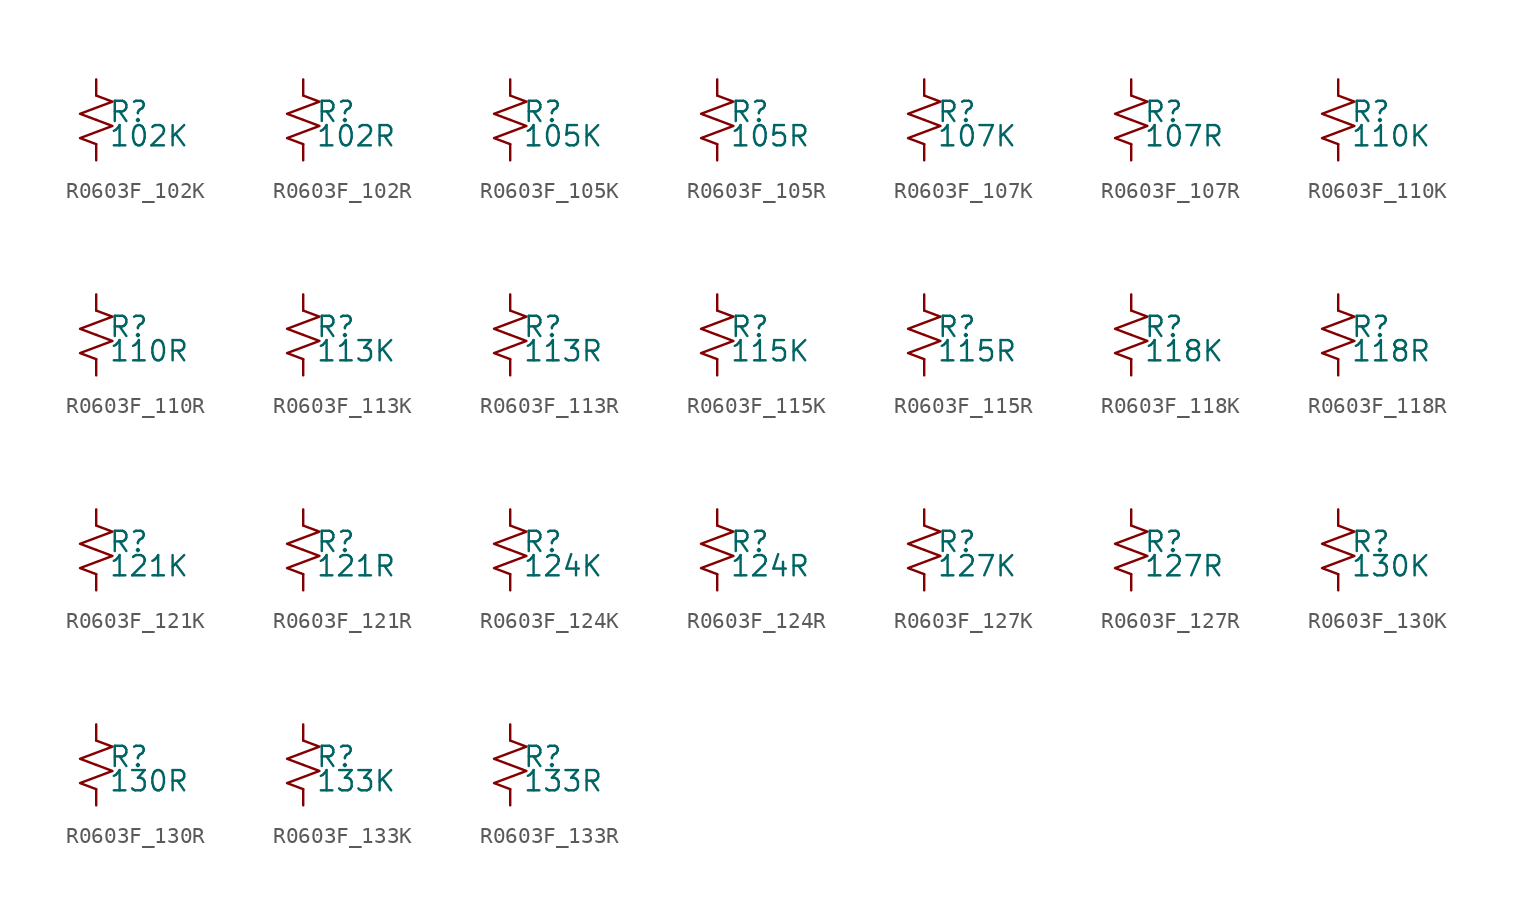
<source format=kicad_sym>
(kicad_symbol_lib
  (version 20220914)
  (generator kicad_symbol_editor)
  (symbol "R0603F_102K"
    (pin_numbers hide)
    (pin_names
      (offset 0.254) hide)
    (property "Reference" "R"
      (at 0.762 0.508 0)
      (effects (font (size 1.27 1.27)) (justify left)))
    (property "Value" "102K"
      (at 0.762 -1.016 0)
      (effects (font (size 1.27 1.27)) (justify left)))
    (symbol "R0603F_102K_1_1"
      (polyline (pts (xy 0 0) (xy 1.016 -0.381) (xy 0 -0.762) (xy -1.016 -1.143) (xy 0 -1.524)) (stroke (width 0) (type default)) (fill (type none)))
      (polyline (pts (xy 0 1.524) (xy 1.016 1.143) (xy 0 0.762) (xy -1.016 0.381) (xy 0 0)) (stroke (width 0) (type default)) (fill (type none)))
      (pin passive line (at 0 2.54 270) (length 1.016) (name "~" (effects (font (size 1.27 1.27)))) (number "1" (effects (font (size 1.27 1.27)))))
      (pin passive line (at 0 -2.54 90) (length 1.016) (name "~" (effects (font (size 1.27 1.27)))) (number "2" (effects (font (size 1.27 1.27)))))))
  (symbol "R0603F_102R"
    (pin_numbers hide)
    (pin_names
      (offset 0.254) hide)
    (property "Reference" "R"
      (at 0.762 0.508 0)
      (effects (font (size 1.27 1.27)) (justify left)))
    (property "Value" "102R"
      (at 0.762 -1.016 0)
      (effects (font (size 1.27 1.27)) (justify left)))
    (symbol "R0603F_102R_1_1"
      (polyline (pts (xy 0 0) (xy 1.016 -0.381) (xy 0 -0.762) (xy -1.016 -1.143) (xy 0 -1.524)) (stroke (width 0) (type default)) (fill (type none)))
      (polyline (pts (xy 0 1.524) (xy 1.016 1.143) (xy 0 0.762) (xy -1.016 0.381) (xy 0 0)) (stroke (width 0) (type default)) (fill (type none)))
      (pin passive line (at 0 2.54 270) (length 1.016) (name "~" (effects (font (size 1.27 1.27)))) (number "1" (effects (font (size 1.27 1.27)))))
      (pin passive line (at 0 -2.54 90) (length 1.016) (name "~" (effects (font (size 1.27 1.27)))) (number "2" (effects (font (size 1.27 1.27)))))))
  (symbol "R0603F_105K"
    (pin_numbers hide)
    (pin_names
      (offset 0.254) hide)
    (property "Reference" "R"
      (at 0.762 0.508 0)
      (effects (font (size 1.27 1.27)) (justify left)))
    (property "Value" "105K"
      (at 0.762 -1.016 0)
      (effects (font (size 1.27 1.27)) (justify left)))
    (symbol "R0603F_105K_1_1"
      (polyline (pts (xy 0 0) (xy 1.016 -0.381) (xy 0 -0.762) (xy -1.016 -1.143) (xy 0 -1.524)) (stroke (width 0) (type default)) (fill (type none)))
      (polyline (pts (xy 0 1.524) (xy 1.016 1.143) (xy 0 0.762) (xy -1.016 0.381) (xy 0 0)) (stroke (width 0) (type default)) (fill (type none)))
      (pin passive line (at 0 2.54 270) (length 1.016) (name "~" (effects (font (size 1.27 1.27)))) (number "1" (effects (font (size 1.27 1.27)))))
      (pin passive line (at 0 -2.54 90) (length 1.016) (name "~" (effects (font (size 1.27 1.27)))) (number "2" (effects (font (size 1.27 1.27)))))))
  (symbol "R0603F_105R"
    (pin_numbers hide)
    (pin_names
      (offset 0.254) hide)
    (property "Reference" "R"
      (at 0.762 0.508 0)
      (effects (font (size 1.27 1.27)) (justify left)))
    (property "Value" "105R"
      (at 0.762 -1.016 0)
      (effects (font (size 1.27 1.27)) (justify left)))
    (symbol "R0603F_105R_1_1"
      (polyline (pts (xy 0 0) (xy 1.016 -0.381) (xy 0 -0.762) (xy -1.016 -1.143) (xy 0 -1.524)) (stroke (width 0) (type default)) (fill (type none)))
      (polyline (pts (xy 0 1.524) (xy 1.016 1.143) (xy 0 0.762) (xy -1.016 0.381) (xy 0 0)) (stroke (width 0) (type default)) (fill (type none)))
      (pin passive line (at 0 2.54 270) (length 1.016) (name "~" (effects (font (size 1.27 1.27)))) (number "1" (effects (font (size 1.27 1.27)))))
      (pin passive line (at 0 -2.54 90) (length 1.016) (name "~" (effects (font (size 1.27 1.27)))) (number "2" (effects (font (size 1.27 1.27)))))))
  (symbol "R0603F_107K"
    (pin_numbers hide)
    (pin_names
      (offset 0.254) hide)
    (property "Reference" "R"
      (at 0.762 0.508 0)
      (effects (font (size 1.27 1.27)) (justify left)))
    (property "Value" "107K"
      (at 0.762 -1.016 0)
      (effects (font (size 1.27 1.27)) (justify left)))
    (symbol "R0603F_107K_1_1"
      (polyline (pts (xy 0 0) (xy 1.016 -0.381) (xy 0 -0.762) (xy -1.016 -1.143) (xy 0 -1.524)) (stroke (width 0) (type default)) (fill (type none)))
      (polyline (pts (xy 0 1.524) (xy 1.016 1.143) (xy 0 0.762) (xy -1.016 0.381) (xy 0 0)) (stroke (width 0) (type default)) (fill (type none)))
      (pin passive line (at 0 2.54 270) (length 1.016) (name "~" (effects (font (size 1.27 1.27)))) (number "1" (effects (font (size 1.27 1.27)))))
      (pin passive line (at 0 -2.54 90) (length 1.016) (name "~" (effects (font (size 1.27 1.27)))) (number "2" (effects (font (size 1.27 1.27)))))))
  (symbol "R0603F_107R"
    (pin_numbers hide)
    (pin_names
      (offset 0.254) hide)
    (property "Reference" "R"
      (at 0.762 0.508 0)
      (effects (font (size 1.27 1.27)) (justify left)))
    (property "Value" "107R"
      (at 0.762 -1.016 0)
      (effects (font (size 1.27 1.27)) (justify left)))
    (symbol "R0603F_107R_1_1"
      (polyline (pts (xy 0 0) (xy 1.016 -0.381) (xy 0 -0.762) (xy -1.016 -1.143) (xy 0 -1.524)) (stroke (width 0) (type default)) (fill (type none)))
      (polyline (pts (xy 0 1.524) (xy 1.016 1.143) (xy 0 0.762) (xy -1.016 0.381) (xy 0 0)) (stroke (width 0) (type default)) (fill (type none)))
      (pin passive line (at 0 2.54 270) (length 1.016) (name "~" (effects (font (size 1.27 1.27)))) (number "1" (effects (font (size 1.27 1.27)))))
      (pin passive line (at 0 -2.54 90) (length 1.016) (name "~" (effects (font (size 1.27 1.27)))) (number "2" (effects (font (size 1.27 1.27)))))))
  (symbol "R0603F_110K"
    (pin_numbers hide)
    (pin_names
      (offset 0.254) hide)
    (property "Reference" "R"
      (at 0.762 0.508 0)
      (effects (font (size 1.27 1.27)) (justify left)))
    (property "Value" "110K"
      (at 0.762 -1.016 0)
      (effects (font (size 1.27 1.27)) (justify left)))
    (symbol "R0603F_110K_1_1"
      (polyline (pts (xy 0 0) (xy 1.016 -0.381) (xy 0 -0.762) (xy -1.016 -1.143) (xy 0 -1.524)) (stroke (width 0) (type default)) (fill (type none)))
      (polyline (pts (xy 0 1.524) (xy 1.016 1.143) (xy 0 0.762) (xy -1.016 0.381) (xy 0 0)) (stroke (width 0) (type default)) (fill (type none)))
      (pin passive line (at 0 2.54 270) (length 1.016) (name "~" (effects (font (size 1.27 1.27)))) (number "1" (effects (font (size 1.27 1.27)))))
      (pin passive line (at 0 -2.54 90) (length 1.016) (name "~" (effects (font (size 1.27 1.27)))) (number "2" (effects (font (size 1.27 1.27)))))))
  (symbol "R0603F_110R"
    (pin_numbers hide)
    (pin_names
      (offset 0.254) hide)
    (property "Reference" "R"
      (at 0.762 0.508 0)
      (effects (font (size 1.27 1.27)) (justify left)))
    (property "Value" "110R"
      (at 0.762 -1.016 0)
      (effects (font (size 1.27 1.27)) (justify left)))
    (symbol "R0603F_110R_1_1"
      (polyline (pts (xy 0 0) (xy 1.016 -0.381) (xy 0 -0.762) (xy -1.016 -1.143) (xy 0 -1.524)) (stroke (width 0) (type default)) (fill (type none)))
      (polyline (pts (xy 0 1.524) (xy 1.016 1.143) (xy 0 0.762) (xy -1.016 0.381) (xy 0 0)) (stroke (width 0) (type default)) (fill (type none)))
      (pin passive line (at 0 2.54 270) (length 1.016) (name "~" (effects (font (size 1.27 1.27)))) (number "1" (effects (font (size 1.27 1.27)))))
      (pin passive line (at 0 -2.54 90) (length 1.016) (name "~" (effects (font (size 1.27 1.27)))) (number "2" (effects (font (size 1.27 1.27)))))))
  (symbol "R0603F_113K"
    (pin_numbers hide)
    (pin_names
      (offset 0.254) hide)
    (property "Reference" "R"
      (at 0.762 0.508 0)
      (effects (font (size 1.27 1.27)) (justify left)))
    (property "Value" "113K"
      (at 0.762 -1.016 0)
      (effects (font (size 1.27 1.27)) (justify left)))
    (symbol "R0603F_113K_1_1"
      (polyline (pts (xy 0 0) (xy 1.016 -0.381) (xy 0 -0.762) (xy -1.016 -1.143) (xy 0 -1.524)) (stroke (width 0) (type default)) (fill (type none)))
      (polyline (pts (xy 0 1.524) (xy 1.016 1.143) (xy 0 0.762) (xy -1.016 0.381) (xy 0 0)) (stroke (width 0) (type default)) (fill (type none)))
      (pin passive line (at 0 2.54 270) (length 1.016) (name "~" (effects (font (size 1.27 1.27)))) (number "1" (effects (font (size 1.27 1.27)))))
      (pin passive line (at 0 -2.54 90) (length 1.016) (name "~" (effects (font (size 1.27 1.27)))) (number "2" (effects (font (size 1.27 1.27)))))))
  (symbol "R0603F_113R"
    (pin_numbers hide)
    (pin_names
      (offset 0.254) hide)
    (property "Reference" "R"
      (at 0.762 0.508 0)
      (effects (font (size 1.27 1.27)) (justify left)))
    (property "Value" "113R"
      (at 0.762 -1.016 0)
      (effects (font (size 1.27 1.27)) (justify left)))
    (symbol "R0603F_113R_1_1"
      (polyline (pts (xy 0 0) (xy 1.016 -0.381) (xy 0 -0.762) (xy -1.016 -1.143) (xy 0 -1.524)) (stroke (width 0) (type default)) (fill (type none)))
      (polyline (pts (xy 0 1.524) (xy 1.016 1.143) (xy 0 0.762) (xy -1.016 0.381) (xy 0 0)) (stroke (width 0) (type default)) (fill (type none)))
      (pin passive line (at 0 2.54 270) (length 1.016) (name "~" (effects (font (size 1.27 1.27)))) (number "1" (effects (font (size 1.27 1.27)))))
      (pin passive line (at 0 -2.54 90) (length 1.016) (name "~" (effects (font (size 1.27 1.27)))) (number "2" (effects (font (size 1.27 1.27)))))))
  (symbol "R0603F_115K"
    (pin_numbers hide)
    (pin_names
      (offset 0.254) hide)
    (property "Reference" "R"
      (at 0.762 0.508 0)
      (effects (font (size 1.27 1.27)) (justify left)))
    (property "Value" "115K"
      (at 0.762 -1.016 0)
      (effects (font (size 1.27 1.27)) (justify left)))
    (symbol "R0603F_115K_1_1"
      (polyline (pts (xy 0 0) (xy 1.016 -0.381) (xy 0 -0.762) (xy -1.016 -1.143) (xy 0 -1.524)) (stroke (width 0) (type default)) (fill (type none)))
      (polyline (pts (xy 0 1.524) (xy 1.016 1.143) (xy 0 0.762) (xy -1.016 0.381) (xy 0 0)) (stroke (width 0) (type default)) (fill (type none)))
      (pin passive line (at 0 2.54 270) (length 1.016) (name "~" (effects (font (size 1.27 1.27)))) (number "1" (effects (font (size 1.27 1.27)))))
      (pin passive line (at 0 -2.54 90) (length 1.016) (name "~" (effects (font (size 1.27 1.27)))) (number "2" (effects (font (size 1.27 1.27)))))))
  (symbol "R0603F_115R"
    (pin_numbers hide)
    (pin_names
      (offset 0.254) hide)
    (property "Reference" "R"
      (at 0.762 0.508 0)
      (effects (font (size 1.27 1.27)) (justify left)))
    (property "Value" "115R"
      (at 0.762 -1.016 0)
      (effects (font (size 1.27 1.27)) (justify left)))
    (symbol "R0603F_115R_1_1"
      (polyline (pts (xy 0 0) (xy 1.016 -0.381) (xy 0 -0.762) (xy -1.016 -1.143) (xy 0 -1.524)) (stroke (width 0) (type default)) (fill (type none)))
      (polyline (pts (xy 0 1.524) (xy 1.016 1.143) (xy 0 0.762) (xy -1.016 0.381) (xy 0 0)) (stroke (width 0) (type default)) (fill (type none)))
      (pin passive line (at 0 2.54 270) (length 1.016) (name "~" (effects (font (size 1.27 1.27)))) (number "1" (effects (font (size 1.27 1.27)))))
      (pin passive line (at 0 -2.54 90) (length 1.016) (name "~" (effects (font (size 1.27 1.27)))) (number "2" (effects (font (size 1.27 1.27)))))))
  (symbol "R0603F_118K"
    (pin_numbers hide)
    (pin_names
      (offset 0.254) hide)
    (property "Reference" "R"
      (at 0.762 0.508 0)
      (effects (font (size 1.27 1.27)) (justify left)))
    (property "Value" "118K"
      (at 0.762 -1.016 0)
      (effects (font (size 1.27 1.27)) (justify left)))
    (symbol "R0603F_118K_1_1"
      (polyline (pts (xy 0 0) (xy 1.016 -0.381) (xy 0 -0.762) (xy -1.016 -1.143) (xy 0 -1.524)) (stroke (width 0) (type default)) (fill (type none)))
      (polyline (pts (xy 0 1.524) (xy 1.016 1.143) (xy 0 0.762) (xy -1.016 0.381) (xy 0 0)) (stroke (width 0) (type default)) (fill (type none)))
      (pin passive line (at 0 2.54 270) (length 1.016) (name "~" (effects (font (size 1.27 1.27)))) (number "1" (effects (font (size 1.27 1.27)))))
      (pin passive line (at 0 -2.54 90) (length 1.016) (name "~" (effects (font (size 1.27 1.27)))) (number "2" (effects (font (size 1.27 1.27)))))))
  (symbol "R0603F_118R"
    (pin_numbers hide)
    (pin_names
      (offset 0.254) hide)
    (property "Reference" "R"
      (at 0.762 0.508 0)
      (effects (font (size 1.27 1.27)) (justify left)))
    (property "Value" "118R"
      (at 0.762 -1.016 0)
      (effects (font (size 1.27 1.27)) (justify left)))
    (symbol "R0603F_118R_1_1"
      (polyline (pts (xy 0 0) (xy 1.016 -0.381) (xy 0 -0.762) (xy -1.016 -1.143) (xy 0 -1.524)) (stroke (width 0) (type default)) (fill (type none)))
      (polyline (pts (xy 0 1.524) (xy 1.016 1.143) (xy 0 0.762) (xy -1.016 0.381) (xy 0 0)) (stroke (width 0) (type default)) (fill (type none)))
      (pin passive line (at 0 2.54 270) (length 1.016) (name "~" (effects (font (size 1.27 1.27)))) (number "1" (effects (font (size 1.27 1.27)))))
      (pin passive line (at 0 -2.54 90) (length 1.016) (name "~" (effects (font (size 1.27 1.27)))) (number "2" (effects (font (size 1.27 1.27)))))))
  (symbol "R0603F_121K"
    (pin_numbers hide)
    (pin_names
      (offset 0.254) hide)
    (property "Reference" "R"
      (at 0.762 0.508 0)
      (effects (font (size 1.27 1.27)) (justify left)))
    (property "Value" "121K"
      (at 0.762 -1.016 0)
      (effects (font (size 1.27 1.27)) (justify left)))
    (symbol "R0603F_121K_1_1"
      (polyline (pts (xy 0 0) (xy 1.016 -0.381) (xy 0 -0.762) (xy -1.016 -1.143) (xy 0 -1.524)) (stroke (width 0) (type default)) (fill (type none)))
      (polyline (pts (xy 0 1.524) (xy 1.016 1.143) (xy 0 0.762) (xy -1.016 0.381) (xy 0 0)) (stroke (width 0) (type default)) (fill (type none)))
      (pin passive line (at 0 2.54 270) (length 1.016) (name "~" (effects (font (size 1.27 1.27)))) (number "1" (effects (font (size 1.27 1.27)))))
      (pin passive line (at 0 -2.54 90) (length 1.016) (name "~" (effects (font (size 1.27 1.27)))) (number "2" (effects (font (size 1.27 1.27)))))))
  (symbol "R0603F_121R"
    (pin_numbers hide)
    (pin_names
      (offset 0.254) hide)
    (property "Reference" "R"
      (at 0.762 0.508 0)
      (effects (font (size 1.27 1.27)) (justify left)))
    (property "Value" "121R"
      (at 0.762 -1.016 0)
      (effects (font (size 1.27 1.27)) (justify left)))
    (symbol "R0603F_121R_1_1"
      (polyline (pts (xy 0 0) (xy 1.016 -0.381) (xy 0 -0.762) (xy -1.016 -1.143) (xy 0 -1.524)) (stroke (width 0) (type default)) (fill (type none)))
      (polyline (pts (xy 0 1.524) (xy 1.016 1.143) (xy 0 0.762) (xy -1.016 0.381) (xy 0 0)) (stroke (width 0) (type default)) (fill (type none)))
      (pin passive line (at 0 2.54 270) (length 1.016) (name "~" (effects (font (size 1.27 1.27)))) (number "1" (effects (font (size 1.27 1.27)))))
      (pin passive line (at 0 -2.54 90) (length 1.016) (name "~" (effects (font (size 1.27 1.27)))) (number "2" (effects (font (size 1.27 1.27)))))))
  (symbol "R0603F_124K"
    (pin_numbers hide)
    (pin_names
      (offset 0.254) hide)
    (property "Reference" "R"
      (at 0.762 0.508 0)
      (effects (font (size 1.27 1.27)) (justify left)))
    (property "Value" "124K"
      (at 0.762 -1.016 0)
      (effects (font (size 1.27 1.27)) (justify left)))
    (symbol "R0603F_124K_1_1"
      (polyline (pts (xy 0 0) (xy 1.016 -0.381) (xy 0 -0.762) (xy -1.016 -1.143) (xy 0 -1.524)) (stroke (width 0) (type default)) (fill (type none)))
      (polyline (pts (xy 0 1.524) (xy 1.016 1.143) (xy 0 0.762) (xy -1.016 0.381) (xy 0 0)) (stroke (width 0) (type default)) (fill (type none)))
      (pin passive line (at 0 2.54 270) (length 1.016) (name "~" (effects (font (size 1.27 1.27)))) (number "1" (effects (font (size 1.27 1.27)))))
      (pin passive line (at 0 -2.54 90) (length 1.016) (name "~" (effects (font (size 1.27 1.27)))) (number "2" (effects (font (size 1.27 1.27)))))))
  (symbol "R0603F_124R"
    (pin_numbers hide)
    (pin_names
      (offset 0.254) hide)
    (property "Reference" "R"
      (at 0.762 0.508 0)
      (effects (font (size 1.27 1.27)) (justify left)))
    (property "Value" "124R"
      (at 0.762 -1.016 0)
      (effects (font (size 1.27 1.27)) (justify left)))
    (symbol "R0603F_124R_1_1"
      (polyline (pts (xy 0 0) (xy 1.016 -0.381) (xy 0 -0.762) (xy -1.016 -1.143) (xy 0 -1.524)) (stroke (width 0) (type default)) (fill (type none)))
      (polyline (pts (xy 0 1.524) (xy 1.016 1.143) (xy 0 0.762) (xy -1.016 0.381) (xy 0 0)) (stroke (width 0) (type default)) (fill (type none)))
      (pin passive line (at 0 2.54 270) (length 1.016) (name "~" (effects (font (size 1.27 1.27)))) (number "1" (effects (font (size 1.27 1.27)))))
      (pin passive line (at 0 -2.54 90) (length 1.016) (name "~" (effects (font (size 1.27 1.27)))) (number "2" (effects (font (size 1.27 1.27)))))))
  (symbol "R0603F_127K"
    (pin_numbers hide)
    (pin_names
      (offset 0.254) hide)
    (property "Reference" "R"
      (at 0.762 0.508 0)
      (effects (font (size 1.27 1.27)) (justify left)))
    (property "Value" "127K"
      (at 0.762 -1.016 0)
      (effects (font (size 1.27 1.27)) (justify left)))
    (symbol "R0603F_127K_1_1"
      (polyline (pts (xy 0 0) (xy 1.016 -0.381) (xy 0 -0.762) (xy -1.016 -1.143) (xy 0 -1.524)) (stroke (width 0) (type default)) (fill (type none)))
      (polyline (pts (xy 0 1.524) (xy 1.016 1.143) (xy 0 0.762) (xy -1.016 0.381) (xy 0 0)) (stroke (width 0) (type default)) (fill (type none)))
      (pin passive line (at 0 2.54 270) (length 1.016) (name "~" (effects (font (size 1.27 1.27)))) (number "1" (effects (font (size 1.27 1.27)))))
      (pin passive line (at 0 -2.54 90) (length 1.016) (name "~" (effects (font (size 1.27 1.27)))) (number "2" (effects (font (size 1.27 1.27)))))))
  (symbol "R0603F_127R"
    (pin_numbers hide)
    (pin_names
      (offset 0.254) hide)
    (property "Reference" "R"
      (at 0.762 0.508 0)
      (effects (font (size 1.27 1.27)) (justify left)))
    (property "Value" "127R"
      (at 0.762 -1.016 0)
      (effects (font (size 1.27 1.27)) (justify left)))
    (symbol "R0603F_127R_1_1"
      (polyline (pts (xy 0 0) (xy 1.016 -0.381) (xy 0 -0.762) (xy -1.016 -1.143) (xy 0 -1.524)) (stroke (width 0) (type default)) (fill (type none)))
      (polyline (pts (xy 0 1.524) (xy 1.016 1.143) (xy 0 0.762) (xy -1.016 0.381) (xy 0 0)) (stroke (width 0) (type default)) (fill (type none)))
      (pin passive line (at 0 2.54 270) (length 1.016) (name "~" (effects (font (size 1.27 1.27)))) (number "1" (effects (font (size 1.27 1.27)))))
      (pin passive line (at 0 -2.54 90) (length 1.016) (name "~" (effects (font (size 1.27 1.27)))) (number "2" (effects (font (size 1.27 1.27)))))))
  (symbol "R0603F_130K"
    (pin_numbers hide)
    (pin_names
      (offset 0.254) hide)
    (property "Reference" "R"
      (at 0.762 0.508 0)
      (effects (font (size 1.27 1.27)) (justify left)))
    (property "Value" "130K"
      (at 0.762 -1.016 0)
      (effects (font (size 1.27 1.27)) (justify left)))
    (symbol "R0603F_130K_1_1"
      (polyline (pts (xy 0 0) (xy 1.016 -0.381) (xy 0 -0.762) (xy -1.016 -1.143) (xy 0 -1.524)) (stroke (width 0) (type default)) (fill (type none)))
      (polyline (pts (xy 0 1.524) (xy 1.016 1.143) (xy 0 0.762) (xy -1.016 0.381) (xy 0 0)) (stroke (width 0) (type default)) (fill (type none)))
      (pin passive line (at 0 2.54 270) (length 1.016) (name "~" (effects (font (size 1.27 1.27)))) (number "1" (effects (font (size 1.27 1.27)))))
      (pin passive line (at 0 -2.54 90) (length 1.016) (name "~" (effects (font (size 1.27 1.27)))) (number "2" (effects (font (size 1.27 1.27)))))))
  (symbol "R0603F_130R"
    (pin_numbers hide)
    (pin_names
      (offset 0.254) hide)
    (property "Reference" "R"
      (at 0.762 0.508 0)
      (effects (font (size 1.27 1.27)) (justify left)))
    (property "Value" "130R"
      (at 0.762 -1.016 0)
      (effects (font (size 1.27 1.27)) (justify left)))
    (symbol "R0603F_130R_1_1"
      (polyline (pts (xy 0 0) (xy 1.016 -0.381) (xy 0 -0.762) (xy -1.016 -1.143) (xy 0 -1.524)) (stroke (width 0) (type default)) (fill (type none)))
      (polyline (pts (xy 0 1.524) (xy 1.016 1.143) (xy 0 0.762) (xy -1.016 0.381) (xy 0 0)) (stroke (width 0) (type default)) (fill (type none)))
      (pin passive line (at 0 2.54 270) (length 1.016) (name "~" (effects (font (size 1.27 1.27)))) (number "1" (effects (font (size 1.27 1.27)))))
      (pin passive line (at 0 -2.54 90) (length 1.016) (name "~" (effects (font (size 1.27 1.27)))) (number "2" (effects (font (size 1.27 1.27)))))))
  (symbol "R0603F_133K"
    (pin_numbers hide)
    (pin_names
      (offset 0.254) hide)
    (property "Reference" "R"
      (at 0.762 0.508 0)
      (effects (font (size 1.27 1.27)) (justify left)))
    (property "Value" "133K"
      (at 0.762 -1.016 0)
      (effects (font (size 1.27 1.27)) (justify left)))
    (symbol "R0603F_133K_1_1"
      (polyline (pts (xy 0 0) (xy 1.016 -0.381) (xy 0 -0.762) (xy -1.016 -1.143) (xy 0 -1.524)) (stroke (width 0) (type default)) (fill (type none)))
      (polyline (pts (xy 0 1.524) (xy 1.016 1.143) (xy 0 0.762) (xy -1.016 0.381) (xy 0 0)) (stroke (width 0) (type default)) (fill (type none)))
      (pin passive line (at 0 2.54 270) (length 1.016) (name "~" (effects (font (size 1.27 1.27)))) (number "1" (effects (font (size 1.27 1.27)))))
      (pin passive line (at 0 -2.54 90) (length 1.016) (name "~" (effects (font (size 1.27 1.27)))) (number "2" (effects (font (size 1.27 1.27)))))))
  (symbol "R0603F_133R"
    (pin_numbers hide)
    (pin_names
      (offset 0.254) hide)
    (property "Reference" "R"
      (at 0.762 0.508 0)
      (effects (font (size 1.27 1.27)) (justify left)))
    (property "Value" "133R"
      (at 0.762 -1.016 0)
      (effects (font (size 1.27 1.27)) (justify left)))
    (symbol "R0603F_133R_1_1"
      (polyline (pts (xy 0 0) (xy 1.016 -0.381) (xy 0 -0.762) (xy -1.016 -1.143) (xy 0 -1.524)) (stroke (width 0) (type default)) (fill (type none)))
      (polyline (pts (xy 0 1.524) (xy 1.016 1.143) (xy 0 0.762) (xy -1.016 0.381) (xy 0 0)) (stroke (width 0) (type default)) (fill (type none)))
      (pin passive line (at 0 2.54 270) (length 1.016) (name "~" (effects (font (size 1.27 1.27)))) (number "1" (effects (font (size 1.27 1.27)))))
      (pin passive line (at 0 -2.54 90) (length 1.016) (name "~" (effects (font (size 1.27 1.27)))) (number "2" (effects (font (size 1.27 1.27))))))))
</source>
